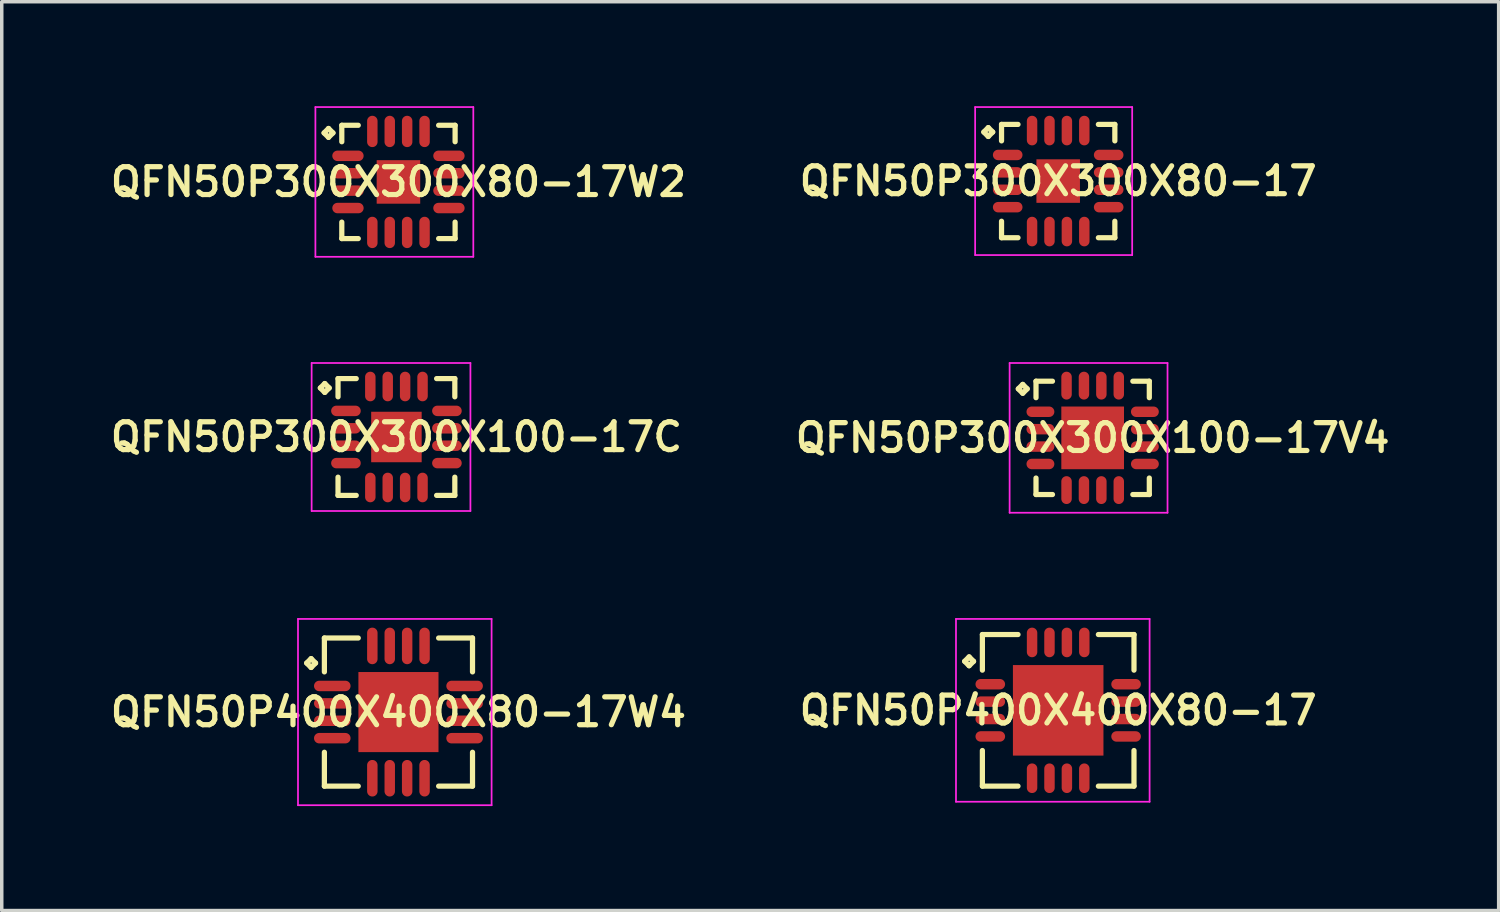
<source format=kicad_pcb>
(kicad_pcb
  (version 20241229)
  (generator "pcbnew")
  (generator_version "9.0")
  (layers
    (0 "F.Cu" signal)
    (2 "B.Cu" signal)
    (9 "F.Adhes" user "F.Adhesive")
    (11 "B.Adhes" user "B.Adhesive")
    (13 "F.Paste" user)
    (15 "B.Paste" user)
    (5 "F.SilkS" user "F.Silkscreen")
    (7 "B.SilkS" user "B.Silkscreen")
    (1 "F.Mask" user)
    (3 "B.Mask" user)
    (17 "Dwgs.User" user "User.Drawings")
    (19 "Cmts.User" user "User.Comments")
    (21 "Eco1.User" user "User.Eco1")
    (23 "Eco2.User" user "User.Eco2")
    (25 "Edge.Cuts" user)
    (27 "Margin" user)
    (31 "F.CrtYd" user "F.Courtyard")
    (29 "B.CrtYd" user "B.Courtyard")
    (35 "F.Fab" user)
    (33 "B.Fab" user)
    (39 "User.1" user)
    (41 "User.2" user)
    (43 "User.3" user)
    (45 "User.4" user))
  (footprint "QFN50P300X300X100-17V4"
    (layer "F.Cu")
    (at 28.33 9.525)
    (property "Reference" "QFN50P300X300X100-17V4" (at 0 0 0) (layer "F.SilkS") (effects (font (size 0.8 0.8) (thickness 0.15))))
    (attr smd)
    (fp_line (start -2.135 -1.408) (end -2.008 -1.535) (stroke (width 0.15) (type solid)) (layer "F.SilkS"))
    (fp_line (start -2.008 -1.535) (end -1.881 -1.408) (stroke (width 0.15) (type solid)) (layer "F.SilkS"))
    (fp_line (start -2.008 -1.281) (end -2.135 -1.408) (stroke (width 0.15) (type solid)) (layer "F.SilkS"))
    (fp_line (start -1.881 -1.408) (end -2.008 -1.281) (stroke (width 0.15) (type solid)) (layer "F.SilkS"))
    (fp_line (start -1.627 -1.627) (end -1.154 -1.627) (stroke (width 0.15) (type solid)) (layer "F.SilkS"))
    (fp_line (start -1.627 -1.154) (end -1.627 -1.627) (stroke (width 0.15) (type solid)) (layer "F.SilkS"))
    (fp_line (start -1.627 1.154) (end -1.627 1.627) (stroke (width 0.15) (type solid)) (layer "F.SilkS"))
    (fp_line (start -1.627 1.627) (end -1.154 1.627) (stroke (width 0.15) (type solid)) (layer "F.SilkS"))
    (fp_line (start 1.154 -1.627) (end 1.627 -1.627) (stroke (width 0.15) (type solid)) (layer "F.SilkS"))
    (fp_line (start 1.154 1.627) (end 1.627 1.627) (stroke (width 0.15) (type solid)) (layer "F.SilkS"))
    (fp_line (start 1.627 -1.627) (end 1.627 -1.154) (stroke (width 0.15) (type solid)) (layer "F.SilkS"))
    (fp_line (start 1.627 1.627) (end 1.627 1.154) (stroke (width 0.15) (type solid)) (layer "F.SilkS"))
    (fp_line (start -2.385 -2.15) (end 2.15 -2.15) (stroke (width 0.05) (type solid)) (layer "F.CrtYd"))
    (fp_line (start -2.385 2.15) (end -2.385 -2.15) (stroke (width 0.05) (type solid)) (layer "F.CrtYd"))
    (fp_line (start 2.15 -2.15) (end 2.15 2.15) (stroke (width 0.05) (type solid)) (layer "F.CrtYd"))
    (fp_line (start 2.15 2.15) (end -2.385 2.15) (stroke (width 0.05) (type solid)) (layer "F.CrtYd"))
    (pad "1" smd oval (at -1.5 -0.75) (size 0.8 0.3) (layers "F.Cu" "F.Mask" "F.Paste"))
    (pad "2" smd oval (at -1.5 -0.25) (size 0.8 0.3) (layers "F.Cu" "F.Mask" "F.Paste"))
    (pad "3" smd oval (at -1.5 0.25) (size 0.8 0.3) (layers "F.Cu" "F.Mask" "F.Paste"))
    (pad "4" smd oval (at -1.5 0.75) (size 0.8 0.3) (layers "F.Cu" "F.Mask" "F.Paste"))
    (pad "5" smd oval (at -0.75 1.5) (size 0.3 0.8) (layers "F.Cu" "F.Mask" "F.Paste"))
    (pad "6" smd oval (at -0.25 1.5) (size 0.3 0.8) (layers "F.Cu" "F.Mask" "F.Paste"))
    (pad "7" smd oval (at 0.25 1.5) (size 0.3 0.8) (layers "F.Cu" "F.Mask" "F.Paste"))
    (pad "8" smd oval (at 0.75 1.5) (size 0.3 0.8) (layers "F.Cu" "F.Mask" "F.Paste"))
    (pad "9" smd oval (at 1.5 0.75) (size 0.8 0.3) (layers "F.Cu" "F.Mask" "F.Paste"))
    (pad "10" smd oval (at 1.5 0.25) (size 0.8 0.3) (layers "F.Cu" "F.Mask" "F.Paste"))
    (pad "11" smd oval (at 1.5 -0.25) (size 0.8 0.3) (layers "F.Cu" "F.Mask" "F.Paste"))
    (pad "12" smd oval (at 1.5 -0.75) (size 0.8 0.3) (layers "F.Cu" "F.Mask" "F.Paste"))
    (pad "13" smd oval (at 0.75 -1.5) (size 0.3 0.8) (layers "F.Cu" "F.Mask" "F.Paste"))
    (pad "14" smd oval (at 0.25 -1.5) (size 0.3 0.8) (layers "F.Cu" "F.Mask" "F.Paste"))
    (pad "15" smd oval (at -0.25 -1.5) (size 0.3 0.8) (layers "F.Cu" "F.Mask" "F.Paste"))
    (pad "16" smd oval (at -0.75 -1.5) (size 0.3 0.8) (layers "F.Cu" "F.Mask" "F.Paste"))
    (pad "17" smd rect (at 0 0) (size 1.8 1.8) (layers "F.Cu" "F.Mask" "F.Paste")))
  (footprint "QFN50P400X400X80-17"
    (layer "F.Cu")
    (at 27.34 17.35)
    (property "Reference" "QFN50P400X400X80-17" (at 0 0 0) (layer "F.SilkS") (effects (font (size 0.8 0.8) (thickness 0.15))))
    (attr smd)
    (fp_line (start -2.685 -1.408) (end -2.558 -1.535) (stroke (width 0.15) (type solid)) (layer "F.SilkS"))
    (fp_line (start -2.558 -1.535) (end -2.431 -1.408) (stroke (width 0.15) (type solid)) (layer "F.SilkS"))
    (fp_line (start -2.558 -1.281) (end -2.685 -1.408) (stroke (width 0.15) (type solid)) (layer "F.SilkS"))
    (fp_line (start -2.431 -1.408) (end -2.558 -1.281) (stroke (width 0.15) (type solid)) (layer "F.SilkS"))
    (fp_line (start -2.177 -2.177) (end -1.154 -2.177) (stroke (width 0.15) (type solid)) (layer "F.SilkS"))
    (fp_line (start -2.177 -1.154) (end -2.177 -2.177) (stroke (width 0.15) (type solid)) (layer "F.SilkS"))
    (fp_line (start -2.177 1.154) (end -2.177 2.177) (stroke (width 0.15) (type solid)) (layer "F.SilkS"))
    (fp_line (start -2.177 2.177) (end -1.154 2.177) (stroke (width 0.15) (type solid)) (layer "F.SilkS"))
    (fp_line (start 1.154 -2.177) (end 2.177 -2.177) (stroke (width 0.15) (type solid)) (layer "F.SilkS"))
    (fp_line (start 1.154 2.177) (end 2.177 2.177) (stroke (width 0.15) (type solid)) (layer "F.SilkS"))
    (fp_line (start 2.177 -2.177) (end 2.177 -1.154) (stroke (width 0.15) (type solid)) (layer "F.SilkS"))
    (fp_line (start 2.177 2.177) (end 2.177 1.154) (stroke (width 0.15) (type solid)) (layer "F.SilkS"))
    (fp_line (start -2.935 -2.625) (end 2.625 -2.625) (stroke (width 0.05) (type solid)) (layer "F.CrtYd"))
    (fp_line (start -2.935 2.625) (end -2.935 -2.625) (stroke (width 0.05) (type solid)) (layer "F.CrtYd"))
    (fp_line (start 2.625 -2.625) (end 2.625 2.625) (stroke (width 0.05) (type solid)) (layer "F.CrtYd"))
    (fp_line (start 2.625 2.625) (end -2.935 2.625) (stroke (width 0.05) (type solid)) (layer "F.CrtYd"))
    (pad "1" smd oval (at -1.95 -0.75) (size 0.85 0.3) (layers "F.Cu" "F.Mask" "F.Paste"))
    (pad "2" smd oval (at -1.95 -0.25) (size 0.85 0.3) (layers "F.Cu" "F.Mask" "F.Paste"))
    (pad "3" smd oval (at -1.95 0.25) (size 0.85 0.3) (layers "F.Cu" "F.Mask" "F.Paste"))
    (pad "4" smd oval (at -1.95 0.75) (size 0.85 0.3) (layers "F.Cu" "F.Mask" "F.Paste"))
    (pad "5" smd oval (at -0.75 1.95) (size 0.3 0.85) (layers "F.Cu" "F.Mask" "F.Paste"))
    (pad "6" smd oval (at -0.25 1.95) (size 0.3 0.85) (layers "F.Cu" "F.Mask" "F.Paste"))
    (pad "7" smd oval (at 0.25 1.95) (size 0.3 0.85) (layers "F.Cu" "F.Mask" "F.Paste"))
    (pad "8" smd oval (at 0.75 1.95) (size 0.3 0.85) (layers "F.Cu" "F.Mask" "F.Paste"))
    (pad "9" smd oval (at 1.95 0.75) (size 0.85 0.3) (layers "F.Cu" "F.Mask" "F.Paste"))
    (pad "10" smd oval (at 1.95 0.25) (size 0.85 0.3) (layers "F.Cu" "F.Mask" "F.Paste"))
    (pad "11" smd oval (at 1.95 -0.25) (size 0.85 0.3) (layers "F.Cu" "F.Mask" "F.Paste"))
    (pad "12" smd oval (at 1.95 -0.75) (size 0.85 0.3) (layers "F.Cu" "F.Mask" "F.Paste"))
    (pad "13" smd oval (at 0.75 -1.95) (size 0.3 0.85) (layers "F.Cu" "F.Mask" "F.Paste"))
    (pad "14" smd oval (at 0.25 -1.95) (size 0.3 0.85) (layers "F.Cu" "F.Mask" "F.Paste"))
    (pad "15" smd oval (at -0.25 -1.95) (size 0.3 0.85) (layers "F.Cu" "F.Mask" "F.Paste"))
    (pad "16" smd oval (at -0.75 -1.95) (size 0.3 0.85) (layers "F.Cu" "F.Mask" "F.Paste"))
    (pad "17" smd rect (at 0 0) (size 2.6 2.6) (layers "F.Cu" "F.Mask" "F.Paste")))
  (footprint "QFN50P300X300X80-17W2"
    (layer "F.Cu")
    (at 8.393 2.175)
    (property "Reference" "QFN50P300X300X80-17W2" (at 0 0 0) (layer "F.SilkS") (effects (font (size 0.8 0.8) (thickness 0.15))))
    (attr smd)
    (fp_line (start -2.135 -1.408) (end -2.008 -1.535) (stroke (width 0.15) (type solid)) (layer "F.SilkS"))
    (fp_line (start -2.008 -1.535) (end -1.881 -1.408) (stroke (width 0.15) (type solid)) (layer "F.SilkS"))
    (fp_line (start -2.008 -1.281) (end -2.135 -1.408) (stroke (width 0.15) (type solid)) (layer "F.SilkS"))
    (fp_line (start -1.881 -1.408) (end -2.008 -1.281) (stroke (width 0.15) (type solid)) (layer "F.SilkS"))
    (fp_line (start -1.627 -1.627) (end -1.154 -1.627) (stroke (width 0.15) (type solid)) (layer "F.SilkS"))
    (fp_line (start -1.627 -1.154) (end -1.627 -1.627) (stroke (width 0.15) (type solid)) (layer "F.SilkS"))
    (fp_line (start -1.627 1.154) (end -1.627 1.627) (stroke (width 0.15) (type solid)) (layer "F.SilkS"))
    (fp_line (start -1.627 1.627) (end -1.154 1.627) (stroke (width 0.15) (type solid)) (layer "F.SilkS"))
    (fp_line (start 1.154 -1.627) (end 1.627 -1.627) (stroke (width 0.15) (type solid)) (layer "F.SilkS"))
    (fp_line (start 1.154 1.627) (end 1.627 1.627) (stroke (width 0.15) (type solid)) (layer "F.SilkS"))
    (fp_line (start 1.627 -1.627) (end 1.627 -1.154) (stroke (width 0.15) (type solid)) (layer "F.SilkS"))
    (fp_line (start 1.627 1.627) (end 1.627 1.154) (stroke (width 0.15) (type solid)) (layer "F.SilkS"))
    (fp_line (start -2.385 -2.15) (end 2.15 -2.15) (stroke (width 0.05) (type solid)) (layer "F.CrtYd"))
    (fp_line (start -2.385 2.15) (end -2.385 -2.15) (stroke (width 0.05) (type solid)) (layer "F.CrtYd"))
    (fp_line (start 2.15 -2.15) (end 2.15 2.15) (stroke (width 0.05) (type solid)) (layer "F.CrtYd"))
    (fp_line (start 2.15 2.15) (end -2.385 2.15) (stroke (width 0.05) (type solid)) (layer "F.CrtYd"))
    (pad "1" smd oval (at -1.45 -0.75) (size 0.9 0.3) (layers "F.Cu" "F.Mask" "F.Paste"))
    (pad "2" smd oval (at -1.45 -0.25) (size 0.9 0.3) (layers "F.Cu" "F.Mask" "F.Paste"))
    (pad "3" smd oval (at -1.45 0.25) (size 0.9 0.3) (layers "F.Cu" "F.Mask" "F.Paste"))
    (pad "4" smd oval (at -1.45 0.75) (size 0.9 0.3) (layers "F.Cu" "F.Mask" "F.Paste"))
    (pad "5" smd oval (at -0.75 1.45) (size 0.3 0.9) (layers "F.Cu" "F.Mask" "F.Paste"))
    (pad "6" smd oval (at -0.25 1.45) (size 0.3 0.9) (layers "F.Cu" "F.Mask" "F.Paste"))
    (pad "7" smd oval (at 0.25 1.45) (size 0.3 0.9) (layers "F.Cu" "F.Mask" "F.Paste"))
    (pad "8" smd oval (at 0.75 1.45) (size 0.3 0.9) (layers "F.Cu" "F.Mask" "F.Paste"))
    (pad "9" smd oval (at 1.45 0.75) (size 0.9 0.3) (layers "F.Cu" "F.Mask" "F.Paste"))
    (pad "10" smd oval (at 1.45 0.25) (size 0.9 0.3) (layers "F.Cu" "F.Mask" "F.Paste"))
    (pad "11" smd oval (at 1.45 -0.25) (size 0.9 0.3) (layers "F.Cu" "F.Mask" "F.Paste"))
    (pad "12" smd oval (at 1.45 -0.75) (size 0.9 0.3) (layers "F.Cu" "F.Mask" "F.Paste"))
    (pad "13" smd oval (at 0.75 -1.45) (size 0.3 0.9) (layers "F.Cu" "F.Mask" "F.Paste"))
    (pad "14" smd oval (at 0.25 -1.45) (size 0.3 0.9) (layers "F.Cu" "F.Mask" "F.Paste"))
    (pad "15" smd oval (at -0.25 -1.45) (size 0.3 0.9) (layers "F.Cu" "F.Mask" "F.Paste"))
    (pad "16" smd oval (at -0.75 -1.45) (size 0.3 0.9) (layers "F.Cu" "F.Mask" "F.Paste"))
    (pad "17" smd rect (at 0 0) (size 1.25 1.25) (layers "F.Cu" "F.Mask" "F.Paste")))
  (footprint "QFN50P300X300X80-17"
    (layer "F.Cu")
    (at 27.34 2.15)
    (property "Reference" "QFN50P300X300X80-17" (at 0 0 0) (layer "F.SilkS") (effects (font (size 0.8 0.8) (thickness 0.15))))
    (attr smd)
    (fp_line (start -2.135 -1.408) (end -2.008 -1.535) (stroke (width 0.15) (type solid)) (layer "F.SilkS"))
    (fp_line (start -2.008 -1.535) (end -1.881 -1.408) (stroke (width 0.15) (type solid)) (layer "F.SilkS"))
    (fp_line (start -2.008 -1.281) (end -2.135 -1.408) (stroke (width 0.15) (type solid)) (layer "F.SilkS"))
    (fp_line (start -1.881 -1.408) (end -2.008 -1.281) (stroke (width 0.15) (type solid)) (layer "F.SilkS"))
    (fp_line (start -1.627 -1.627) (end -1.154 -1.627) (stroke (width 0.15) (type solid)) (layer "F.SilkS"))
    (fp_line (start -1.627 -1.154) (end -1.627 -1.627) (stroke (width 0.15) (type solid)) (layer "F.SilkS"))
    (fp_line (start -1.627 1.154) (end -1.627 1.627) (stroke (width 0.15) (type solid)) (layer "F.SilkS"))
    (fp_line (start -1.627 1.627) (end -1.154 1.627) (stroke (width 0.15) (type solid)) (layer "F.SilkS"))
    (fp_line (start 1.154 -1.627) (end 1.627 -1.627) (stroke (width 0.15) (type solid)) (layer "F.SilkS"))
    (fp_line (start 1.154 1.627) (end 1.627 1.627) (stroke (width 0.15) (type solid)) (layer "F.SilkS"))
    (fp_line (start 1.627 -1.627) (end 1.627 -1.154) (stroke (width 0.15) (type solid)) (layer "F.SilkS"))
    (fp_line (start 1.627 1.627) (end 1.627 1.154) (stroke (width 0.15) (type solid)) (layer "F.SilkS"))
    (fp_line (start -2.385 -2.125) (end 2.125 -2.125) (stroke (width 0.05) (type solid)) (layer "F.CrtYd"))
    (fp_line (start -2.385 2.125) (end -2.385 -2.125) (stroke (width 0.05) (type solid)) (layer "F.CrtYd"))
    (fp_line (start 2.125 -2.125) (end 2.125 2.125) (stroke (width 0.05) (type solid)) (layer "F.CrtYd"))
    (fp_line (start 2.125 2.125) (end -2.385 2.125) (stroke (width 0.05) (type solid)) (layer "F.CrtYd"))
    (pad "1" smd oval (at -1.45 -0.75) (size 0.85 0.3) (layers "F.Cu" "F.Mask" "F.Paste"))
    (pad "2" smd oval (at -1.45 -0.25) (size 0.85 0.3) (layers "F.Cu" "F.Mask" "F.Paste"))
    (pad "3" smd oval (at -1.45 0.25) (size 0.85 0.3) (layers "F.Cu" "F.Mask" "F.Paste"))
    (pad "4" smd oval (at -1.45 0.75) (size 0.85 0.3) (layers "F.Cu" "F.Mask" "F.Paste"))
    (pad "5" smd oval (at -0.75 1.45) (size 0.3 0.85) (layers "F.Cu" "F.Mask" "F.Paste"))
    (pad "6" smd oval (at -0.25 1.45) (size 0.3 0.85) (layers "F.Cu" "F.Mask" "F.Paste"))
    (pad "7" smd oval (at 0.25 1.45) (size 0.3 0.85) (layers "F.Cu" "F.Mask" "F.Paste"))
    (pad "8" smd oval (at 0.75 1.45) (size 0.3 0.85) (layers "F.Cu" "F.Mask" "F.Paste"))
    (pad "9" smd oval (at 1.45 0.75) (size 0.85 0.3) (layers "F.Cu" "F.Mask" "F.Paste"))
    (pad "10" smd oval (at 1.45 0.25) (size 0.85 0.3) (layers "F.Cu" "F.Mask" "F.Paste"))
    (pad "11" smd oval (at 1.45 -0.25) (size 0.85 0.3) (layers "F.Cu" "F.Mask" "F.Paste"))
    (pad "12" smd oval (at 1.45 -0.75) (size 0.85 0.3) (layers "F.Cu" "F.Mask" "F.Paste"))
    (pad "13" smd oval (at 0.75 -1.45) (size 0.3 0.85) (layers "F.Cu" "F.Mask" "F.Paste"))
    (pad "14" smd oval (at 0.25 -1.45) (size 0.3 0.85) (layers "F.Cu" "F.Mask" "F.Paste"))
    (pad "15" smd oval (at -0.25 -1.45) (size 0.3 0.85) (layers "F.Cu" "F.Mask" "F.Paste"))
    (pad "16" smd oval (at -0.75 -1.45) (size 0.3 0.85) (layers "F.Cu" "F.Mask" "F.Paste"))
    (pad "17" smd rect (at 0 0) (size 1.25 1.25) (layers "F.Cu" "F.Mask" "F.Paste")))
  (footprint "QFN50P400X400X80-17W4"
    (layer "F.Cu")
    (at 8.393 17.4)
    (property "Reference" "QFN50P400X400X80-17W4" (at 0 0 0) (layer "F.SilkS") (effects (font (size 0.8 0.8) (thickness 0.15))))
    (attr smd)
    (fp_line (start -2.635 -1.408) (end -2.508 -1.535) (stroke (width 0.15) (type solid)) (layer "F.SilkS"))
    (fp_line (start -2.508 -1.535) (end -2.381 -1.408) (stroke (width 0.15) (type solid)) (layer "F.SilkS"))
    (fp_line (start -2.508 -1.281) (end -2.635 -1.408) (stroke (width 0.15) (type solid)) (layer "F.SilkS"))
    (fp_line (start -2.381 -1.408) (end -2.508 -1.281) (stroke (width 0.15) (type solid)) (layer "F.SilkS"))
    (fp_line (start -2.127 -2.127) (end -1.154 -2.127) (stroke (width 0.15) (type solid)) (layer "F.SilkS"))
    (fp_line (start -2.127 -1.154) (end -2.127 -2.127) (stroke (width 0.15) (type solid)) (layer "F.SilkS"))
    (fp_line (start -2.127 1.154) (end -2.127 2.127) (stroke (width 0.15) (type solid)) (layer "F.SilkS"))
    (fp_line (start -2.127 2.127) (end -1.154 2.127) (stroke (width 0.15) (type solid)) (layer "F.SilkS"))
    (fp_line (start 1.154 -2.127) (end 2.127 -2.127) (stroke (width 0.15) (type solid)) (layer "F.SilkS"))
    (fp_line (start 1.154 2.127) (end 2.127 2.127) (stroke (width 0.15) (type solid)) (layer "F.SilkS"))
    (fp_line (start 2.127 -2.127) (end 2.127 -1.154) (stroke (width 0.15) (type solid)) (layer "F.SilkS"))
    (fp_line (start 2.127 2.127) (end 2.127 1.154) (stroke (width 0.15) (type solid)) (layer "F.SilkS"))
    (fp_line (start -2.885 -2.675) (end 2.675 -2.675) (stroke (width 0.05) (type solid)) (layer "F.CrtYd"))
    (fp_line (start -2.885 2.675) (end -2.885 -2.675) (stroke (width 0.05) (type solid)) (layer "F.CrtYd"))
    (fp_line (start 2.675 -2.675) (end 2.675 2.675) (stroke (width 0.05) (type solid)) (layer "F.CrtYd"))
    (fp_line (start 2.675 2.675) (end -2.885 2.675) (stroke (width 0.05) (type solid)) (layer "F.CrtYd"))
    (pad "1" smd oval (at -1.9 -0.75) (size 1.05 0.3) (layers "F.Cu" "F.Mask" "F.Paste"))
    (pad "2" smd oval (at -1.9 -0.25) (size 1.05 0.3) (layers "F.Cu" "F.Mask" "F.Paste"))
    (pad "3" smd oval (at -1.9 0.25) (size 1.05 0.3) (layers "F.Cu" "F.Mask" "F.Paste"))
    (pad "4" smd oval (at -1.9 0.75) (size 1.05 0.3) (layers "F.Cu" "F.Mask" "F.Paste"))
    (pad "5" smd oval (at -0.75 1.9) (size 0.3 1.05) (layers "F.Cu" "F.Mask" "F.Paste"))
    (pad "6" smd oval (at -0.25 1.9) (size 0.3 1.05) (layers "F.Cu" "F.Mask" "F.Paste"))
    (pad "7" smd oval (at 0.25 1.9) (size 0.3 1.05) (layers "F.Cu" "F.Mask" "F.Paste"))
    (pad "8" smd oval (at 0.75 1.9) (size 0.3 1.05) (layers "F.Cu" "F.Mask" "F.Paste"))
    (pad "9" smd oval (at 1.9 0.75) (size 1.05 0.3) (layers "F.Cu" "F.Mask" "F.Paste"))
    (pad "10" smd oval (at 1.9 0.25) (size 1.05 0.3) (layers "F.Cu" "F.Mask" "F.Paste"))
    (pad "11" smd oval (at 1.9 -0.25) (size 1.05 0.3) (layers "F.Cu" "F.Mask" "F.Paste"))
    (pad "12" smd oval (at 1.9 -0.75) (size 1.05 0.3) (layers "F.Cu" "F.Mask" "F.Paste"))
    (pad "13" smd oval (at 0.75 -1.9) (size 0.3 1.05) (layers "F.Cu" "F.Mask" "F.Paste"))
    (pad "14" smd oval (at 0.25 -1.9) (size 0.3 1.05) (layers "F.Cu" "F.Mask" "F.Paste"))
    (pad "15" smd oval (at -0.25 -1.9) (size 0.3 1.05) (layers "F.Cu" "F.Mask" "F.Paste"))
    (pad "16" smd oval (at -0.75 -1.9) (size 0.3 1.05) (layers "F.Cu" "F.Mask" "F.Paste"))
    (pad "17" smd rect (at 0 0) (size 2.3 2.3) (layers "F.Cu" "F.Mask" "F.Paste")))
  (footprint "QFN50P300X300X100-17C"
    (layer "F.Cu")
    (at 8.335 9.5)
    (property "Reference" "QFN50P300X300X100-17C" (at 0 0 0) (layer "F.SilkS") (effects (font (size 0.8 0.8) (thickness 0.15))))
    (attr smd)
    (fp_line (start -2.185 -1.408) (end -2.058 -1.535) (stroke (width 0.15) (type solid)) (layer "F.SilkS"))
    (fp_line (start -2.058 -1.535) (end -1.931 -1.408) (stroke (width 0.15) (type solid)) (layer "F.SilkS"))
    (fp_line (start -2.058 -1.281) (end -2.185 -1.408) (stroke (width 0.15) (type solid)) (layer "F.SilkS"))
    (fp_line (start -1.931 -1.408) (end -2.058 -1.281) (stroke (width 0.15) (type solid)) (layer "F.SilkS"))
    (fp_line (start -1.677 -1.677) (end -1.154 -1.677) (stroke (width 0.15) (type solid)) (layer "F.SilkS"))
    (fp_line (start -1.677 -1.154) (end -1.677 -1.677) (stroke (width 0.15) (type solid)) (layer "F.SilkS"))
    (fp_line (start -1.677 1.154) (end -1.677 1.677) (stroke (width 0.15) (type solid)) (layer "F.SilkS"))
    (fp_line (start -1.677 1.677) (end -1.154 1.677) (stroke (width 0.15) (type solid)) (layer "F.SilkS"))
    (fp_line (start 1.154 -1.677) (end 1.677 -1.677) (stroke (width 0.15) (type solid)) (layer "F.SilkS"))
    (fp_line (start 1.154 1.677) (end 1.677 1.677) (stroke (width 0.15) (type solid)) (layer "F.SilkS"))
    (fp_line (start 1.677 -1.677) (end 1.677 -1.154) (stroke (width 0.15) (type solid)) (layer "F.SilkS"))
    (fp_line (start 1.677 1.677) (end 1.677 1.154) (stroke (width 0.15) (type solid)) (layer "F.SilkS"))
    (fp_line (start -2.435 -2.125) (end 2.125 -2.125) (stroke (width 0.05) (type solid)) (layer "F.CrtYd"))
    (fp_line (start -2.435 2.125) (end -2.435 -2.125) (stroke (width 0.05) (type solid)) (layer "F.CrtYd"))
    (fp_line (start 2.125 -2.125) (end 2.125 2.125) (stroke (width 0.05) (type solid)) (layer "F.CrtYd"))
    (fp_line (start 2.125 2.125) (end -2.435 2.125) (stroke (width 0.05) (type solid)) (layer "F.CrtYd"))
    (pad "1" smd oval (at -1.45 -0.75) (size 0.85 0.3) (layers "F.Cu" "F.Mask" "F.Paste"))
    (pad "2" smd oval (at -1.45 -0.25) (size 0.85 0.3) (layers "F.Cu" "F.Mask" "F.Paste"))
    (pad "3" smd oval (at -1.45 0.25) (size 0.85 0.3) (layers "F.Cu" "F.Mask" "F.Paste"))
    (pad "4" smd oval (at -1.45 0.75) (size 0.85 0.3) (layers "F.Cu" "F.Mask" "F.Paste"))
    (pad "5" smd oval (at -0.75 1.45) (size 0.3 0.85) (layers "F.Cu" "F.Mask" "F.Paste"))
    (pad "6" smd oval (at -0.25 1.45) (size 0.3 0.85) (layers "F.Cu" "F.Mask" "F.Paste"))
    (pad "7" smd oval (at 0.25 1.45) (size 0.3 0.85) (layers "F.Cu" "F.Mask" "F.Paste"))
    (pad "8" smd oval (at 0.75 1.45) (size 0.3 0.85) (layers "F.Cu" "F.Mask" "F.Paste"))
    (pad "9" smd oval (at 1.45 0.75) (size 0.85 0.3) (layers "F.Cu" "F.Mask" "F.Paste"))
    (pad "10" smd oval (at 1.45 0.25) (size 0.85 0.3) (layers "F.Cu" "F.Mask" "F.Paste"))
    (pad "11" smd oval (at 1.45 -0.25) (size 0.85 0.3) (layers "F.Cu" "F.Mask" "F.Paste"))
    (pad "12" smd oval (at 1.45 -0.75) (size 0.85 0.3) (layers "F.Cu" "F.Mask" "F.Paste"))
    (pad "13" smd oval (at 0.75 -1.45) (size 0.3 0.85) (layers "F.Cu" "F.Mask" "F.Paste"))
    (pad "14" smd oval (at 0.25 -1.45) (size 0.3 0.85) (layers "F.Cu" "F.Mask" "F.Paste"))
    (pad "15" smd oval (at -0.25 -1.45) (size 0.3 0.85) (layers "F.Cu" "F.Mask" "F.Paste"))
    (pad "16" smd oval (at -0.75 -1.45) (size 0.3 0.85) (layers "F.Cu" "F.Mask" "F.Paste"))
    (pad "17" smd rect (at 0 0) (size 1.45 1.45) (layers "F.Cu" "F.Mask" "F.Paste")))
  (gr_rect
    (start -3 -3)
    (end 39.99 23.1)
    (stroke (width 0.1) (type default))
    (fill no)
    (layer "Edge.Cuts")))
</source>
